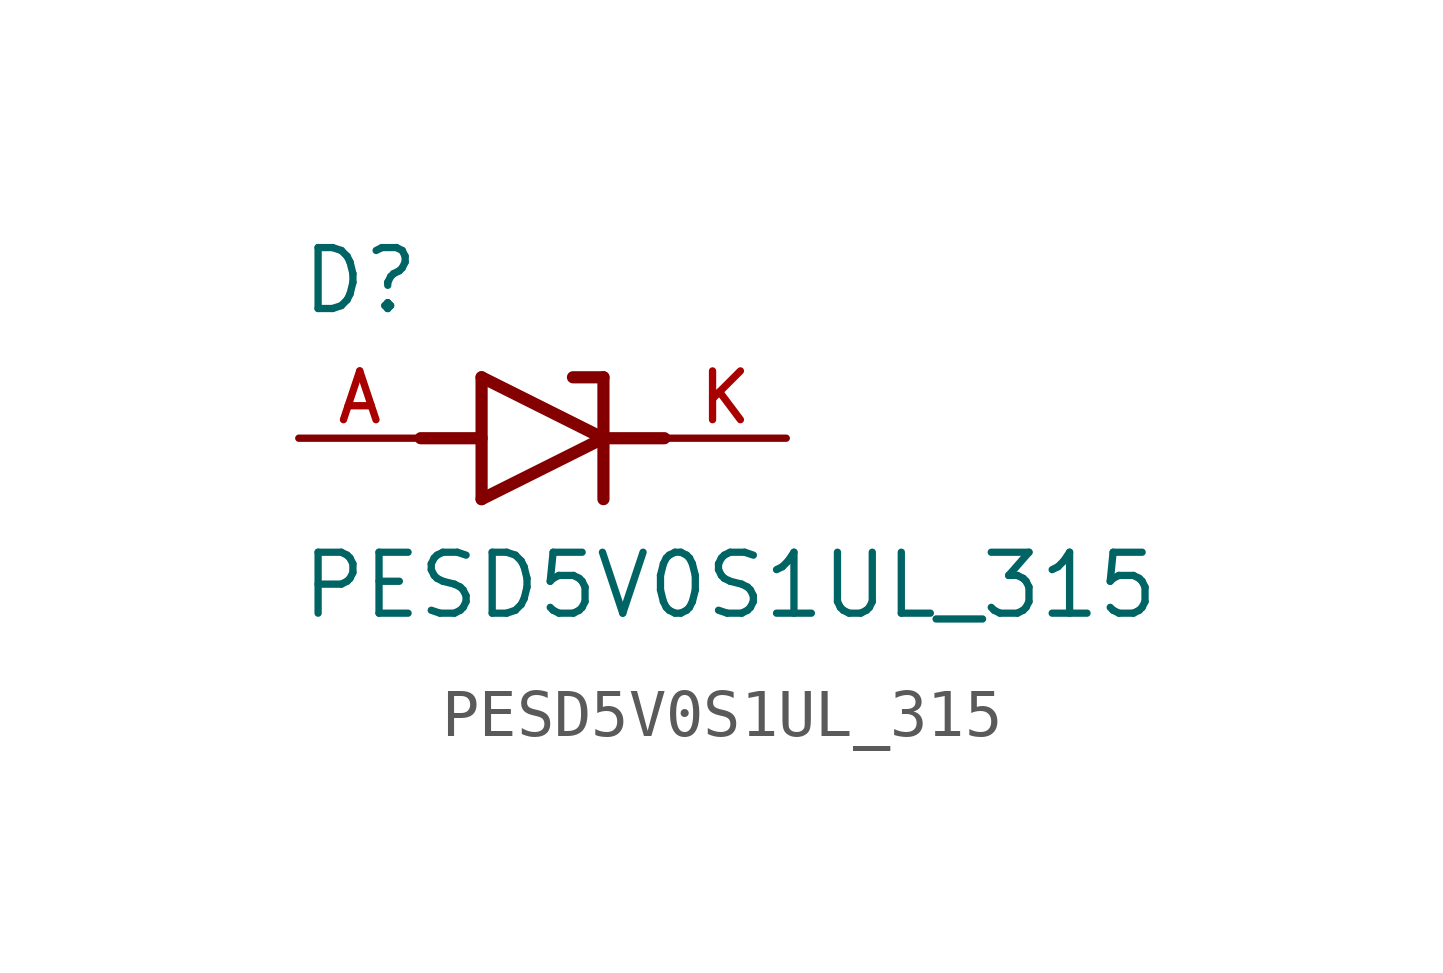
<source format=kicad_sym>
(kicad_symbol_lib
  (version 20211014)
  (generator kicad_symbol_editor)
  (symbol "PESD5V0S1UL_315"
    (pin_names
      (offset 1.016))
    (property "Reference" "D"
      (at -5.08 2.54 0)
      (effects (font (size 1.27 1.27)) (justify bottom left)))
    (property "Value" "PESD5V0S1UL_315"
      (at -5.08 -3.81 0)
      (effects (font (size 1.27 1.27)) (justify bottom left)))
    (symbol "PESD5V0S1UL_315_0_0"
      (polyline (pts (xy -1.27 -1.27) (xy 1.27 0.0)) (stroke (width 0.254)))
      (polyline (pts (xy 1.27 0.0) (xy -1.27 1.27)) (stroke (width 0.254)))
      (polyline (pts (xy 0.635 1.27) (xy 1.27 1.27)) (stroke (width 0.254)))
      (polyline (pts (xy -1.27 1.27) (xy -1.27 -1.27)) (stroke (width 0.254)))
      (polyline (pts (xy 1.27 1.27) (xy 1.27 -1.27)) (stroke (width 0.254)))
      (polyline (pts (xy -2.54 0.0) (xy -1.27 0.0)) (stroke (width 0.254)))
      (polyline (pts (xy 2.54 0.0) (xy 1.27 0.0)) (stroke (width 0.254)))
      (pin passive line (at 5.08 0.0 180.0) (length 2.54) (name "~" (effects (font (size 1.016 1.016)))) (number "K" (effects (font (size 1.016 1.016)))))
      (pin passive line (at -5.08 0.0 0) (length 2.54) (name "~" (effects (font (size 1.016 1.016)))) (number "A" (effects (font (size 1.016 1.016))))))))
</source>
